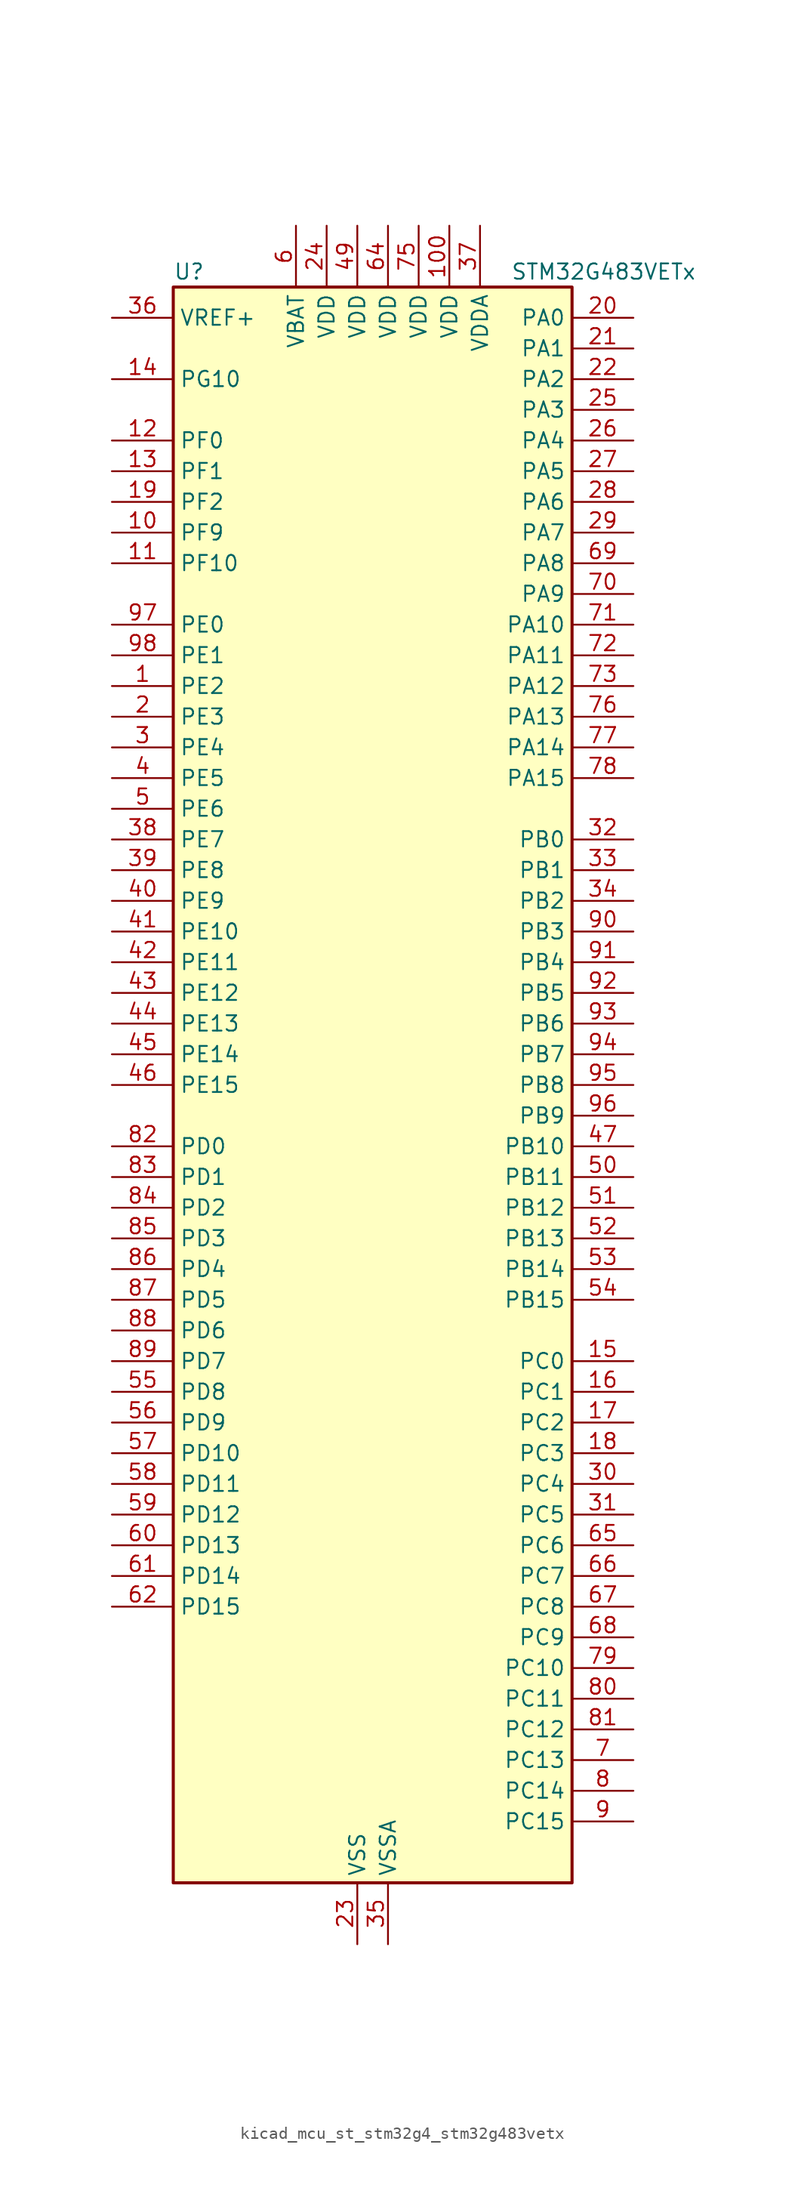
<source format=kicad_sym>
(kicad_symbol_lib
  (version 20220914)
  (generator kicad_symbol_editor)
  (symbol "kicad_mcu_st_stm32g4_stm32g483vetx"
    (property "Reference" "U"
      (at -15.24 67.31 0)
      (effects (font (size 1.27 1.27)) (justify left)))
    (property "Value" "STM32G483VETx"
      (at 12.7 67.31 0)
      (effects (font (size 1.27 1.27)) (justify left)))
    (property "ki_locked" ""
      (at 0 0 0)
      (effects (font (size 1.27 1.27))))
    (symbol "kicad_mcu_st_stm32g4_stm32g483vetx_0_1"
      (rectangle (start -15.24 -66.04) (end 17.78 66.04) (stroke (width 0.254) (type default)) (fill (type background))))
    (symbol "kicad_mcu_st_stm32g4_stm32g483vetx_1_1"
      (pin bidirectional line (at -20.32 33.02 0) (length 5.08) (name "PE2" (effects (font (size 1.27 1.27)))) (number "1" (effects (font (size 1.27 1.27)))) (alternate "ADC3_EXTI2" bidirectional line) (alternate "ADC4_EXTI2" bidirectional line) (alternate "ADC5_EXTI2" bidirectional line) (alternate "FMC_A23" bidirectional line) (alternate "SAI1_CK1" bidirectional line) (alternate "SAI1_MCLK_A" bidirectional line) (alternate "SPI4_SCK" bidirectional line) (alternate "SYS_TRACECLK" bidirectional line) (alternate "TIM20_CH1" bidirectional line) (alternate "TIM3_CH1" bidirectional line))
      (pin bidirectional line (at -20.32 45.72 0) (length 5.08) (name "PF9" (effects (font (size 1.27 1.27)))) (number "10" (effects (font (size 1.27 1.27)))) (alternate "DAC1_EXTI9" bidirectional line) (alternate "DAC2_EXTI9" bidirectional line) (alternate "DAC3_EXTI9" bidirectional line) (alternate "DAC4_EXTI9" bidirectional line) (alternate "FMC_A25" bidirectional line) (alternate "QUADSPI1_BK1_IO1" bidirectional line) (alternate "SAI1_FS_B" bidirectional line) (alternate "SPI2_SCK" bidirectional line) (alternate "TIM15_CH1" bidirectional line) (alternate "TIM20_BKIN" bidirectional line) (alternate "TIM5_CH4" bidirectional line))
      (pin power_in line (at 7.62 71.12 270) (length 5.08) (name "VDD" (effects (font (size 1.27 1.27)))) (number "100" (effects (font (size 1.27 1.27)))))
      (pin bidirectional line (at -20.32 43.18 0) (length 5.08) (name "PF10" (effects (font (size 1.27 1.27)))) (number "11" (effects (font (size 1.27 1.27)))) (alternate "DAC1_EXTI10" bidirectional line) (alternate "DAC2_EXTI10" bidirectional line) (alternate "DAC3_EXTI10" bidirectional line) (alternate "DAC4_EXTI10" bidirectional line) (alternate "FMC_A0" bidirectional line) (alternate "QUADSPI1_CLK" bidirectional line) (alternate "SAI1_D3" bidirectional line) (alternate "SPI2_SCK" bidirectional line) (alternate "TIM15_CH2" bidirectional line) (alternate "TIM20_BKIN2" bidirectional line))
      (pin bidirectional line (at -20.32 53.34 0) (length 5.08) (name "PF0" (effects (font (size 1.27 1.27)))) (number "12" (effects (font (size 1.27 1.27)))) (alternate "ADC1_IN10" bidirectional line) (alternate "I2C2_SDA" bidirectional line) (alternate "I2S2_WS" bidirectional line) (alternate "RCC_OSC_IN" bidirectional line) (alternate "SPI2_NSS" bidirectional line) (alternate "TIM1_CH3N" bidirectional line))
      (pin bidirectional line (at -20.32 50.8 0) (length 5.08) (name "PF1" (effects (font (size 1.27 1.27)))) (number "13" (effects (font (size 1.27 1.27)))) (alternate "ADC2_IN10" bidirectional line) (alternate "COMP3_INM" bidirectional line) (alternate "I2S2_CK" bidirectional line) (alternate "RCC_OSC_OUT" bidirectional line) (alternate "SPI2_SCK" bidirectional line))
      (pin bidirectional line (at -20.32 58.42 0) (length 5.08) (name "PG10" (effects (font (size 1.27 1.27)))) (number "14" (effects (font (size 1.27 1.27)))) (alternate "DAC1_EXTI10" bidirectional line) (alternate "DAC2_EXTI10" bidirectional line) (alternate "DAC3_EXTI10" bidirectional line) (alternate "DAC4_EXTI10" bidirectional line) (alternate "RCC_MCO" bidirectional line))
      (pin bidirectional line (at 22.86 -22.86 180) (length 5.08) (name "PC0" (effects (font (size 1.27 1.27)))) (number "15" (effects (font (size 1.27 1.27)))) (alternate "ADC1_IN6" bidirectional line) (alternate "ADC2_IN6" bidirectional line) (alternate "COMP3_INM" bidirectional line) (alternate "LPTIM1_IN1" bidirectional line) (alternate "LPUART1_RX" bidirectional line) (alternate "TIM1_CH1" bidirectional line))
      (pin bidirectional line (at 22.86 -25.4 180) (length 5.08) (name "PC1" (effects (font (size 1.27 1.27)))) (number "16" (effects (font (size 1.27 1.27)))) (alternate "ADC1_IN7" bidirectional line) (alternate "ADC2_IN7" bidirectional line) (alternate "COMP3_INP" bidirectional line) (alternate "LPTIM1_OUT" bidirectional line) (alternate "LPUART1_TX" bidirectional line) (alternate "QUADSPI1_BK2_IO0" bidirectional line) (alternate "SAI1_SD_A" bidirectional line) (alternate "TIM1_CH2" bidirectional line))
      (pin bidirectional line (at 22.86 -27.94 180) (length 5.08) (name "PC2" (effects (font (size 1.27 1.27)))) (number "17" (effects (font (size 1.27 1.27)))) (alternate "ADC1_IN8" bidirectional line) (alternate "ADC2_IN8" bidirectional line) (alternate "ADC3_EXTI2" bidirectional line) (alternate "ADC4_EXTI2" bidirectional line) (alternate "ADC5_EXTI2" bidirectional line) (alternate "COMP3_OUT" bidirectional line) (alternate "LPTIM1_IN2" bidirectional line) (alternate "QUADSPI1_BK2_IO1" bidirectional line) (alternate "TIM1_CH3" bidirectional line) (alternate "TIM20_CH2" bidirectional line))
      (pin bidirectional line (at 22.86 -30.48 180) (length 5.08) (name "PC3" (effects (font (size 1.27 1.27)))) (number "18" (effects (font (size 1.27 1.27)))) (alternate "ADC1_IN9" bidirectional line) (alternate "ADC2_IN9" bidirectional line) (alternate "ADC3_EXTI3" bidirectional line) (alternate "ADC4_EXTI3" bidirectional line) (alternate "ADC5_EXTI3" bidirectional line) (alternate "LPTIM1_ETR" bidirectional line) (alternate "OPAMP5_VINP" bidirectional line) (alternate "OPAMP5_VINP_SEC" bidirectional line) (alternate "QUADSPI1_BK2_IO2" bidirectional line) (alternate "SAI1_D1" bidirectional line) (alternate "SAI1_SD_A" bidirectional line) (alternate "TIM1_BKIN2" bidirectional line) (alternate "TIM1_CH4" bidirectional line))
      (pin bidirectional line (at -20.32 48.26 0) (length 5.08) (name "PF2" (effects (font (size 1.27 1.27)))) (number "19" (effects (font (size 1.27 1.27)))) (alternate "ADC3_EXTI2" bidirectional line) (alternate "ADC4_EXTI2" bidirectional line) (alternate "ADC5_EXTI2" bidirectional line) (alternate "FMC_A2" bidirectional line) (alternate "I2C2_SMBA" bidirectional line) (alternate "TIM20_CH3" bidirectional line))
      (pin bidirectional line (at -20.32 30.48 0) (length 5.08) (name "PE3" (effects (font (size 1.27 1.27)))) (number "2" (effects (font (size 1.27 1.27)))) (alternate "ADC3_EXTI3" bidirectional line) (alternate "ADC4_EXTI3" bidirectional line) (alternate "ADC5_EXTI3" bidirectional line) (alternate "FMC_A19" bidirectional line) (alternate "SAI1_SD_B" bidirectional line) (alternate "SPI4_NSS" bidirectional line) (alternate "SYS_TRACED0" bidirectional line) (alternate "TIM20_CH2" bidirectional line) (alternate "TIM3_CH2" bidirectional line))
      (pin bidirectional line (at 22.86 63.5 180) (length 5.08) (name "PA0" (effects (font (size 1.27 1.27)))) (number "20" (effects (font (size 1.27 1.27)))) (alternate "ADC1_IN1" bidirectional line) (alternate "ADC2_IN1" bidirectional line) (alternate "COMP1_INM" bidirectional line) (alternate "COMP1_OUT" bidirectional line) (alternate "COMP3_INP" bidirectional line) (alternate "RTC_TAMP2" bidirectional line) (alternate "SYS_WKUP1" bidirectional line) (alternate "TIM2_CH1" bidirectional line) (alternate "TIM2_ETR" bidirectional line) (alternate "TIM5_CH1" bidirectional line) (alternate "TIM8_BKIN" bidirectional line) (alternate "TIM8_ETR" bidirectional line) (alternate "USART2_CTS" bidirectional line) (alternate "USART2_NSS" bidirectional line))
      (pin bidirectional line (at 22.86 60.96 180) (length 5.08) (name "PA1" (effects (font (size 1.27 1.27)))) (number "21" (effects (font (size 1.27 1.27)))) (alternate "ADC1_IN2" bidirectional line) (alternate "ADC2_IN2" bidirectional line) (alternate "COMP1_INP" bidirectional line) (alternate "OPAMP1_VINP" bidirectional line) (alternate "OPAMP1_VINP_SEC" bidirectional line) (alternate "OPAMP3_VINP" bidirectional line) (alternate "OPAMP3_VINP_SEC" bidirectional line) (alternate "OPAMP6_VINM" bidirectional line) (alternate "OPAMP6_VINM0" bidirectional line) (alternate "OPAMP6_VINM_SEC" bidirectional line) (alternate "RTC_REFIN" bidirectional line) (alternate "TIM15_CH1N" bidirectional line) (alternate "TIM2_CH2" bidirectional line) (alternate "TIM5_CH2" bidirectional line) (alternate "USART2_DE" bidirectional line) (alternate "USART2_RTS" bidirectional line))
      (pin bidirectional line (at 22.86 58.42 180) (length 5.08) (name "PA2" (effects (font (size 1.27 1.27)))) (number "22" (effects (font (size 1.27 1.27)))) (alternate "ADC1_IN3" bidirectional line) (alternate "ADC3_EXTI2" bidirectional line) (alternate "ADC4_EXTI2" bidirectional line) (alternate "ADC5_EXTI2" bidirectional line) (alternate "COMP2_INM" bidirectional line) (alternate "COMP2_OUT" bidirectional line) (alternate "LPUART1_TX" bidirectional line) (alternate "OPAMP1_VOUT" bidirectional line) (alternate "QUADSPI1_BK1_NCS" bidirectional line) (alternate "RCC_LSCO" bidirectional line) (alternate "SYS_WKUP4" bidirectional line) (alternate "TIM15_CH1" bidirectional line) (alternate "TIM2_CH3" bidirectional line) (alternate "TIM5_CH3" bidirectional line) (alternate "UCPD1_FRSTX1" bidirectional line) (alternate "UCPD1_FRSTX2" bidirectional line) (alternate "USART2_TX" bidirectional line))
      (pin power_in line (at 0 -71.12 90) (length 5.08) (name "VSS" (effects (font (size 1.27 1.27)))) (number "23" (effects (font (size 1.27 1.27)))))
      (pin power_in line (at -2.54 71.12 270) (length 5.08) (name "VDD" (effects (font (size 1.27 1.27)))) (number "24" (effects (font (size 1.27 1.27)))))
      (pin bidirectional line (at 22.86 55.88 180) (length 5.08) (name "PA3" (effects (font (size 1.27 1.27)))) (number "25" (effects (font (size 1.27 1.27)))) (alternate "ADC1_IN4" bidirectional line) (alternate "ADC3_EXTI3" bidirectional line) (alternate "ADC4_EXTI3" bidirectional line) (alternate "ADC5_EXTI3" bidirectional line) (alternate "COMP2_INP" bidirectional line) (alternate "LPUART1_RX" bidirectional line) (alternate "OPAMP1_VINM" bidirectional line) (alternate "OPAMP1_VINM0" bidirectional line) (alternate "OPAMP1_VINM_SEC" bidirectional line) (alternate "OPAMP1_VINP" bidirectional line) (alternate "OPAMP1_VINP_SEC" bidirectional line) (alternate "OPAMP5_VINM" bidirectional line) (alternate "OPAMP5_VINM1" bidirectional line) (alternate "OPAMP5_VINM_SEC" bidirectional line) (alternate "QUADSPI1_CLK" bidirectional line) (alternate "SAI1_CK1" bidirectional line) (alternate "SAI1_MCLK_A" bidirectional line) (alternate "TIM15_CH2" bidirectional line) (alternate "TIM2_CH4" bidirectional line) (alternate "TIM5_CH4" bidirectional line) (alternate "USART2_RX" bidirectional line))
      (pin bidirectional line (at 22.86 53.34 180) (length 5.08) (name "PA4" (effects (font (size 1.27 1.27)))) (number "26" (effects (font (size 1.27 1.27)))) (alternate "ADC2_IN17" bidirectional line) (alternate "COMP1_INM" bidirectional line) (alternate "DAC1_OUT1" bidirectional line) (alternate "I2S3_WS" bidirectional line) (alternate "SAI1_FS_B" bidirectional line) (alternate "SPI1_NSS" bidirectional line) (alternate "SPI3_NSS" bidirectional line) (alternate "TIM3_CH2" bidirectional line) (alternate "USART2_CK" bidirectional line))
      (pin bidirectional line (at 22.86 50.8 180) (length 5.08) (name "PA5" (effects (font (size 1.27 1.27)))) (number "27" (effects (font (size 1.27 1.27)))) (alternate "ADC2_IN13" bidirectional line) (alternate "COMP2_INM" bidirectional line) (alternate "DAC1_OUT2" bidirectional line) (alternate "OPAMP2_VINM" bidirectional line) (alternate "OPAMP2_VINM0" bidirectional line) (alternate "OPAMP2_VINM_SEC" bidirectional line) (alternate "SPI1_SCK" bidirectional line) (alternate "TIM2_CH1" bidirectional line) (alternate "TIM2_ETR" bidirectional line) (alternate "UCPD1_FRSTX1" bidirectional line) (alternate "UCPD1_FRSTX2" bidirectional line))
      (pin bidirectional line (at 22.86 48.26 180) (length 5.08) (name "PA6" (effects (font (size 1.27 1.27)))) (number "28" (effects (font (size 1.27 1.27)))) (alternate "ADC2_IN3" bidirectional line) (alternate "COMP1_OUT" bidirectional line) (alternate "DAC2_OUT1" bidirectional line) (alternate "LPUART1_CTS" bidirectional line) (alternate "OPAMP2_VOUT" bidirectional line) (alternate "QUADSPI1_BK1_IO3" bidirectional line) (alternate "SPI1_MISO" bidirectional line) (alternate "TIM16_CH1" bidirectional line) (alternate "TIM1_BKIN" bidirectional line) (alternate "TIM3_CH1" bidirectional line) (alternate "TIM8_BKIN" bidirectional line))
      (pin bidirectional line (at 22.86 45.72 180) (length 5.08) (name "PA7" (effects (font (size 1.27 1.27)))) (number "29" (effects (font (size 1.27 1.27)))) (alternate "ADC2_IN4" bidirectional line) (alternate "COMP2_INP" bidirectional line) (alternate "COMP2_OUT" bidirectional line) (alternate "OPAMP1_VINP" bidirectional line) (alternate "OPAMP1_VINP_SEC" bidirectional line) (alternate "OPAMP2_VINP" bidirectional line) (alternate "OPAMP2_VINP_SEC" bidirectional line) (alternate "QUADSPI1_BK1_IO2" bidirectional line) (alternate "SPI1_MOSI" bidirectional line) (alternate "TIM17_CH1" bidirectional line) (alternate "TIM1_CH1N" bidirectional line) (alternate "TIM3_CH2" bidirectional line) (alternate "TIM8_CH1N" bidirectional line) (alternate "UCPD1_FRSTX1" bidirectional line) (alternate "UCPD1_FRSTX2" bidirectional line))
      (pin bidirectional line (at -20.32 27.94 0) (length 5.08) (name "PE4" (effects (font (size 1.27 1.27)))) (number "3" (effects (font (size 1.27 1.27)))) (alternate "FMC_A20" bidirectional line) (alternate "SAI1_D2" bidirectional line) (alternate "SAI1_FS_A" bidirectional line) (alternate "SPI4_NSS" bidirectional line) (alternate "SYS_TRACED1" bidirectional line) (alternate "TIM20_CH1N" bidirectional line) (alternate "TIM3_CH3" bidirectional line))
      (pin bidirectional line (at 22.86 -33.02 180) (length 5.08) (name "PC4" (effects (font (size 1.27 1.27)))) (number "30" (effects (font (size 1.27 1.27)))) (alternate "ADC2_IN5" bidirectional line) (alternate "I2C2_SCL" bidirectional line) (alternate "QUADSPI1_BK2_IO3" bidirectional line) (alternate "TIM1_ETR" bidirectional line) (alternate "USART1_TX" bidirectional line))
      (pin bidirectional line (at 22.86 -35.56 180) (length 5.08) (name "PC5" (effects (font (size 1.27 1.27)))) (number "31" (effects (font (size 1.27 1.27)))) (alternate "ADC2_IN11" bidirectional line) (alternate "OPAMP1_VINM" bidirectional line) (alternate "OPAMP1_VINM1" bidirectional line) (alternate "OPAMP1_VINM_SEC" bidirectional line) (alternate "OPAMP2_VINM" bidirectional line) (alternate "OPAMP2_VINM1" bidirectional line) (alternate "OPAMP2_VINM_SEC" bidirectional line) (alternate "SAI1_D3" bidirectional line) (alternate "SYS_WKUP5" bidirectional line) (alternate "TIM15_BKIN" bidirectional line) (alternate "TIM1_CH4N" bidirectional line) (alternate "USART1_RX" bidirectional line))
      (pin bidirectional line (at 22.86 20.32 180) (length 5.08) (name "PB0" (effects (font (size 1.27 1.27)))) (number "32" (effects (font (size 1.27 1.27)))) (alternate "ADC1_IN15" bidirectional line) (alternate "ADC3_IN12" bidirectional line) (alternate "COMP4_INP" bidirectional line) (alternate "OPAMP2_VINP" bidirectional line) (alternate "OPAMP2_VINP_SEC" bidirectional line) (alternate "OPAMP3_VINP" bidirectional line) (alternate "OPAMP3_VINP_SEC" bidirectional line) (alternate "QUADSPI1_BK1_IO1" bidirectional line) (alternate "TIM1_CH2N" bidirectional line) (alternate "TIM3_CH3" bidirectional line) (alternate "TIM8_CH2N" bidirectional line) (alternate "UCPD1_FRSTX1" bidirectional line) (alternate "UCPD1_FRSTX2" bidirectional line))
      (pin bidirectional line (at 22.86 17.78 180) (length 5.08) (name "PB1" (effects (font (size 1.27 1.27)))) (number "33" (effects (font (size 1.27 1.27)))) (alternate "ADC1_IN12" bidirectional line) (alternate "ADC3_IN1" bidirectional line) (alternate "COMP1_INP" bidirectional line) (alternate "COMP4_OUT" bidirectional line) (alternate "LPUART1_DE" bidirectional line) (alternate "LPUART1_RTS" bidirectional line) (alternate "OPAMP3_VOUT" bidirectional line) (alternate "OPAMP6_VINM" bidirectional line) (alternate "OPAMP6_VINM1" bidirectional line) (alternate "OPAMP6_VINM_SEC" bidirectional line) (alternate "QUADSPI1_BK1_IO0" bidirectional line) (alternate "TIM1_CH3N" bidirectional line) (alternate "TIM3_CH4" bidirectional line) (alternate "TIM8_CH3N" bidirectional line))
      (pin bidirectional line (at 22.86 15.24 180) (length 5.08) (name "PB2" (effects (font (size 1.27 1.27)))) (number "34" (effects (font (size 1.27 1.27)))) (alternate "ADC2_IN12" bidirectional line) (alternate "ADC3_EXTI2" bidirectional line) (alternate "ADC4_EXTI2" bidirectional line) (alternate "ADC5_EXTI2" bidirectional line) (alternate "COMP4_INM" bidirectional line) (alternate "I2C3_SMBA" bidirectional line) (alternate "LPTIM1_OUT" bidirectional line) (alternate "OPAMP3_VINM" bidirectional line) (alternate "OPAMP3_VINM0" bidirectional line) (alternate "OPAMP3_VINM_SEC" bidirectional line) (alternate "QUADSPI1_BK2_IO1" bidirectional line) (alternate "RTC_OUT2" bidirectional line) (alternate "TIM20_CH1" bidirectional line) (alternate "TIM5_CH1" bidirectional line))
      (pin power_in line (at 2.54 -71.12 90) (length 5.08) (name "VSSA" (effects (font (size 1.27 1.27)))) (number "35" (effects (font (size 1.27 1.27)))))
      (pin input line (at -20.32 63.5 0) (length 5.08) (name "VREF+" (effects (font (size 1.27 1.27)))) (number "36" (effects (font (size 1.27 1.27)))) (alternate "VREFBUF_OUT" bidirectional line))
      (pin power_in line (at 10.16 71.12 270) (length 5.08) (name "VDDA" (effects (font (size 1.27 1.27)))) (number "37" (effects (font (size 1.27 1.27)))))
      (pin bidirectional line (at -20.32 20.32 0) (length 5.08) (name "PE7" (effects (font (size 1.27 1.27)))) (number "38" (effects (font (size 1.27 1.27)))) (alternate "ADC3_IN4" bidirectional line) (alternate "COMP4_INP" bidirectional line) (alternate "FMC_D4" bidirectional line) (alternate "FMC_DA4" bidirectional line) (alternate "SAI1_SD_B" bidirectional line) (alternate "TIM1_ETR" bidirectional line))
      (pin bidirectional line (at -20.32 17.78 0) (length 5.08) (name "PE8" (effects (font (size 1.27 1.27)))) (number "39" (effects (font (size 1.27 1.27)))) (alternate "ADC3_IN6" bidirectional line) (alternate "ADC4_IN6" bidirectional line) (alternate "ADC5_IN6" bidirectional line) (alternate "COMP4_INM" bidirectional line) (alternate "FMC_D5" bidirectional line) (alternate "FMC_DA5" bidirectional line) (alternate "SAI1_SCK_B" bidirectional line) (alternate "TIM1_CH1N" bidirectional line) (alternate "TIM5_CH3" bidirectional line))
      (pin bidirectional line (at -20.32 25.4 0) (length 5.08) (name "PE5" (effects (font (size 1.27 1.27)))) (number "4" (effects (font (size 1.27 1.27)))) (alternate "FMC_A21" bidirectional line) (alternate "SAI1_CK2" bidirectional line) (alternate "SAI1_SCK_A" bidirectional line) (alternate "SPI4_MISO" bidirectional line) (alternate "SYS_TRACED2" bidirectional line) (alternate "TIM20_CH2N" bidirectional line) (alternate "TIM3_CH4" bidirectional line))
      (pin bidirectional line (at -20.32 15.24 0) (length 5.08) (name "PE9" (effects (font (size 1.27 1.27)))) (number "40" (effects (font (size 1.27 1.27)))) (alternate "ADC3_IN2" bidirectional line) (alternate "DAC1_EXTI9" bidirectional line) (alternate "DAC2_EXTI9" bidirectional line) (alternate "DAC3_EXTI9" bidirectional line) (alternate "DAC4_EXTI9" bidirectional line) (alternate "FMC_D6" bidirectional line) (alternate "FMC_DA6" bidirectional line) (alternate "SAI1_FS_B" bidirectional line) (alternate "TIM1_CH1" bidirectional line) (alternate "TIM5_CH4" bidirectional line))
      (pin bidirectional line (at -20.32 12.7 0) (length 5.08) (name "PE10" (effects (font (size 1.27 1.27)))) (number "41" (effects (font (size 1.27 1.27)))) (alternate "ADC3_IN14" bidirectional line) (alternate "ADC4_IN14" bidirectional line) (alternate "ADC5_IN14" bidirectional line) (alternate "DAC1_EXTI10" bidirectional line) (alternate "DAC2_EXTI10" bidirectional line) (alternate "DAC3_EXTI10" bidirectional line) (alternate "DAC4_EXTI10" bidirectional line) (alternate "FMC_D7" bidirectional line) (alternate "FMC_DA7" bidirectional line) (alternate "QUADSPI1_CLK" bidirectional line) (alternate "SAI1_MCLK_B" bidirectional line) (alternate "TIM1_CH2N" bidirectional line))
      (pin bidirectional line (at -20.32 10.16 0) (length 5.08) (name "PE11" (effects (font (size 1.27 1.27)))) (number "42" (effects (font (size 1.27 1.27)))) (alternate "ADC1_EXTI11" bidirectional line) (alternate "ADC2_EXTI11" bidirectional line) (alternate "ADC3_IN15" bidirectional line) (alternate "ADC4_IN15" bidirectional line) (alternate "ADC5_IN15" bidirectional line) (alternate "FMC_D8" bidirectional line) (alternate "FMC_DA8" bidirectional line) (alternate "QUADSPI1_BK1_NCS" bidirectional line) (alternate "SPI4_NSS" bidirectional line) (alternate "TIM1_CH2" bidirectional line))
      (pin bidirectional line (at -20.32 7.62 0) (length 5.08) (name "PE12" (effects (font (size 1.27 1.27)))) (number "43" (effects (font (size 1.27 1.27)))) (alternate "ADC3_IN16" bidirectional line) (alternate "ADC4_IN16" bidirectional line) (alternate "ADC5_IN16" bidirectional line) (alternate "FMC_D9" bidirectional line) (alternate "FMC_DA9" bidirectional line) (alternate "QUADSPI1_BK1_IO0" bidirectional line) (alternate "SPI4_SCK" bidirectional line) (alternate "TIM1_CH3N" bidirectional line))
      (pin bidirectional line (at -20.32 5.08 0) (length 5.08) (name "PE13" (effects (font (size 1.27 1.27)))) (number "44" (effects (font (size 1.27 1.27)))) (alternate "ADC3_IN3" bidirectional line) (alternate "FMC_D10" bidirectional line) (alternate "FMC_DA10" bidirectional line) (alternate "QUADSPI1_BK1_IO1" bidirectional line) (alternate "SPI4_MISO" bidirectional line) (alternate "TIM1_CH3" bidirectional line))
      (pin bidirectional line (at -20.32 2.54 0) (length 5.08) (name "PE14" (effects (font (size 1.27 1.27)))) (number "45" (effects (font (size 1.27 1.27)))) (alternate "ADC4_IN1" bidirectional line) (alternate "FMC_D11" bidirectional line) (alternate "FMC_DA11" bidirectional line) (alternate "QUADSPI1_BK1_IO2" bidirectional line) (alternate "SPI4_MOSI" bidirectional line) (alternate "TIM1_BKIN2" bidirectional line) (alternate "TIM1_CH4" bidirectional line))
      (pin bidirectional line (at -20.32 0 0) (length 5.08) (name "PE15" (effects (font (size 1.27 1.27)))) (number "46" (effects (font (size 1.27 1.27)))) (alternate "ADC1_EXTI15" bidirectional line) (alternate "ADC2_EXTI15" bidirectional line) (alternate "ADC4_IN2" bidirectional line) (alternate "FMC_D12" bidirectional line) (alternate "FMC_DA12" bidirectional line) (alternate "QUADSPI1_BK1_IO3" bidirectional line) (alternate "TIM1_BKIN" bidirectional line) (alternate "TIM1_CH4N" bidirectional line) (alternate "USART3_RX" bidirectional line))
      (pin bidirectional line (at 22.86 -5.08 180) (length 5.08) (name "PB10" (effects (font (size 1.27 1.27)))) (number "47" (effects (font (size 1.27 1.27)))) (alternate "COMP5_INM" bidirectional line) (alternate "DAC1_EXTI10" bidirectional line) (alternate "DAC2_EXTI10" bidirectional line) (alternate "DAC3_EXTI10" bidirectional line) (alternate "DAC4_EXTI10" bidirectional line) (alternate "LPUART1_RX" bidirectional line) (alternate "OPAMP3_VINM" bidirectional line) (alternate "OPAMP3_VINM1" bidirectional line) (alternate "OPAMP3_VINM_SEC" bidirectional line) (alternate "OPAMP4_VINM" bidirectional line) (alternate "OPAMP4_VINM0" bidirectional line) (alternate "OPAMP4_VINM_SEC" bidirectional line) (alternate "QUADSPI1_CLK" bidirectional line) (alternate "SAI1_SCK_A" bidirectional line) (alternate "TIM1_BKIN" bidirectional line) (alternate "TIM2_CH3" bidirectional line) (alternate "USART3_TX" bidirectional line))
      (pin passive line (at 0 -71.12 90) (length 5.08) hide (name "VSS" (effects (font (size 1.27 1.27)))) (number "48" (effects (font (size 1.27 1.27)))))
      (pin power_in line (at 0 71.12 270) (length 5.08) (name "VDD" (effects (font (size 1.27 1.27)))) (number "49" (effects (font (size 1.27 1.27)))))
      (pin bidirectional line (at -20.32 22.86 0) (length 5.08) (name "PE6" (effects (font (size 1.27 1.27)))) (number "5" (effects (font (size 1.27 1.27)))) (alternate "FMC_A22" bidirectional line) (alternate "RTC_TAMP3" bidirectional line) (alternate "SAI1_D1" bidirectional line) (alternate "SAI1_SD_A" bidirectional line) (alternate "SPI4_MOSI" bidirectional line) (alternate "SYS_TRACED3" bidirectional line) (alternate "SYS_WKUP3" bidirectional line) (alternate "TIM20_CH3N" bidirectional line))
      (pin bidirectional line (at 22.86 -7.62 180) (length 5.08) (name "PB11" (effects (font (size 1.27 1.27)))) (number "50" (effects (font (size 1.27 1.27)))) (alternate "ADC1_EXTI11" bidirectional line) (alternate "ADC1_IN14" bidirectional line) (alternate "ADC2_EXTI11" bidirectional line) (alternate "ADC2_IN14" bidirectional line) (alternate "COMP6_INP" bidirectional line) (alternate "LPUART1_TX" bidirectional line) (alternate "OPAMP4_VINP" bidirectional line) (alternate "OPAMP4_VINP_SEC" bidirectional line) (alternate "OPAMP6_VOUT" bidirectional line) (alternate "QUADSPI1_BK1_NCS" bidirectional line) (alternate "TIM2_CH4" bidirectional line) (alternate "USART3_RX" bidirectional line))
      (pin bidirectional line (at 22.86 -10.16 180) (length 5.08) (name "PB12" (effects (font (size 1.27 1.27)))) (number "51" (effects (font (size 1.27 1.27)))) (alternate "ADC1_IN11" bidirectional line) (alternate "ADC4_IN3" bidirectional line) (alternate "COMP7_INM" bidirectional line) (alternate "FDCAN2_RX" bidirectional line) (alternate "I2C2_SMBA" bidirectional line) (alternate "I2S2_WS" bidirectional line) (alternate "LPUART1_DE" bidirectional line) (alternate "LPUART1_RTS" bidirectional line) (alternate "OPAMP4_VOUT" bidirectional line) (alternate "OPAMP6_VINP" bidirectional line) (alternate "OPAMP6_VINP_SEC" bidirectional line) (alternate "SPI2_NSS" bidirectional line) (alternate "TIM1_BKIN" bidirectional line) (alternate "TIM5_ETR" bidirectional line) (alternate "USART3_CK" bidirectional line))
      (pin bidirectional line (at 22.86 -12.7 180) (length 5.08) (name "PB13" (effects (font (size 1.27 1.27)))) (number "52" (effects (font (size 1.27 1.27)))) (alternate "ADC3_IN5" bidirectional line) (alternate "COMP5_INP" bidirectional line) (alternate "FDCAN2_TX" bidirectional line) (alternate "I2S2_CK" bidirectional line) (alternate "LPUART1_CTS" bidirectional line) (alternate "OPAMP3_VINP" bidirectional line) (alternate "OPAMP3_VINP_SEC" bidirectional line) (alternate "OPAMP4_VINP" bidirectional line) (alternate "OPAMP4_VINP_SEC" bidirectional line) (alternate "OPAMP6_VINP" bidirectional line) (alternate "OPAMP6_VINP_SEC" bidirectional line) (alternate "SPI2_SCK" bidirectional line) (alternate "TIM1_CH1N" bidirectional line) (alternate "USART3_CTS" bidirectional line) (alternate "USART3_NSS" bidirectional line))
      (pin bidirectional line (at 22.86 -15.24 180) (length 5.08) (name "PB14" (effects (font (size 1.27 1.27)))) (number "53" (effects (font (size 1.27 1.27)))) (alternate "ADC1_IN5" bidirectional line) (alternate "ADC4_IN4" bidirectional line) (alternate "COMP4_OUT" bidirectional line) (alternate "COMP7_INP" bidirectional line) (alternate "OPAMP2_VINP" bidirectional line) (alternate "OPAMP2_VINP_SEC" bidirectional line) (alternate "OPAMP5_VINP" bidirectional line) (alternate "OPAMP5_VINP_SEC" bidirectional line) (alternate "SPI2_MISO" bidirectional line) (alternate "TIM15_CH1" bidirectional line) (alternate "TIM1_CH2N" bidirectional line) (alternate "USART3_DE" bidirectional line) (alternate "USART3_RTS" bidirectional line))
      (pin bidirectional line (at 22.86 -17.78 180) (length 5.08) (name "PB15" (effects (font (size 1.27 1.27)))) (number "54" (effects (font (size 1.27 1.27)))) (alternate "ADC1_EXTI15" bidirectional line) (alternate "ADC2_EXTI15" bidirectional line) (alternate "ADC2_IN15" bidirectional line) (alternate "ADC4_IN5" bidirectional line) (alternate "COMP3_OUT" bidirectional line) (alternate "COMP6_INM" bidirectional line) (alternate "I2S2_SD" bidirectional line) (alternate "OPAMP5_VINM" bidirectional line) (alternate "OPAMP5_VINM0" bidirectional line) (alternate "OPAMP5_VINM_SEC" bidirectional line) (alternate "RTC_REFIN" bidirectional line) (alternate "SPI2_MOSI" bidirectional line) (alternate "TIM15_CH1N" bidirectional line) (alternate "TIM15_CH2" bidirectional line) (alternate "TIM1_CH3N" bidirectional line))
      (pin bidirectional line (at -20.32 -25.4 0) (length 5.08) (name "PD8" (effects (font (size 1.27 1.27)))) (number "55" (effects (font (size 1.27 1.27)))) (alternate "ADC4_IN12" bidirectional line) (alternate "ADC5_IN12" bidirectional line) (alternate "FMC_D13" bidirectional line) (alternate "FMC_DA13" bidirectional line) (alternate "OPAMP4_VINM" bidirectional line) (alternate "OPAMP4_VINM1" bidirectional line) (alternate "OPAMP4_VINM_SEC" bidirectional line) (alternate "USART3_TX" bidirectional line))
      (pin bidirectional line (at -20.32 -27.94 0) (length 5.08) (name "PD9" (effects (font (size 1.27 1.27)))) (number "56" (effects (font (size 1.27 1.27)))) (alternate "ADC4_IN13" bidirectional line) (alternate "ADC5_IN13" bidirectional line) (alternate "DAC1_EXTI9" bidirectional line) (alternate "DAC2_EXTI9" bidirectional line) (alternate "DAC3_EXTI9" bidirectional line) (alternate "DAC4_EXTI9" bidirectional line) (alternate "FMC_D14" bidirectional line) (alternate "FMC_DA14" bidirectional line) (alternate "OPAMP6_VINP" bidirectional line) (alternate "OPAMP6_VINP_SEC" bidirectional line) (alternate "USART3_RX" bidirectional line))
      (pin bidirectional line (at -20.32 -30.48 0) (length 5.08) (name "PD10" (effects (font (size 1.27 1.27)))) (number "57" (effects (font (size 1.27 1.27)))) (alternate "ADC3_IN7" bidirectional line) (alternate "ADC4_IN7" bidirectional line) (alternate "ADC5_IN7" bidirectional line) (alternate "COMP6_INM" bidirectional line) (alternate "DAC1_EXTI10" bidirectional line) (alternate "DAC2_EXTI10" bidirectional line) (alternate "DAC3_EXTI10" bidirectional line) (alternate "DAC4_EXTI10" bidirectional line) (alternate "FMC_D15" bidirectional line) (alternate "FMC_DA15" bidirectional line) (alternate "USART3_CK" bidirectional line))
      (pin bidirectional line (at -20.32 -33.02 0) (length 5.08) (name "PD11" (effects (font (size 1.27 1.27)))) (number "58" (effects (font (size 1.27 1.27)))) (alternate "ADC1_EXTI11" bidirectional line) (alternate "ADC2_EXTI11" bidirectional line) (alternate "ADC3_IN8" bidirectional line) (alternate "ADC4_IN8" bidirectional line) (alternate "ADC5_IN8" bidirectional line) (alternate "COMP6_INP" bidirectional line) (alternate "FMC_A16" bidirectional line) (alternate "FMC_CLE" bidirectional line) (alternate "I2C4_SMBA" bidirectional line) (alternate "OPAMP4_VINP" bidirectional line) (alternate "OPAMP4_VINP_SEC" bidirectional line) (alternate "TIM5_ETR" bidirectional line) (alternate "USART3_CTS" bidirectional line) (alternate "USART3_NSS" bidirectional line))
      (pin bidirectional line (at -20.32 -35.56 0) (length 5.08) (name "PD12" (effects (font (size 1.27 1.27)))) (number "59" (effects (font (size 1.27 1.27)))) (alternate "ADC3_IN9" bidirectional line) (alternate "ADC4_IN9" bidirectional line) (alternate "ADC5_IN9" bidirectional line) (alternate "COMP5_INP" bidirectional line) (alternate "FMC_A17" bidirectional line) (alternate "FMC_ALE" bidirectional line) (alternate "OPAMP5_VINP" bidirectional line) (alternate "OPAMP5_VINP_SEC" bidirectional line) (alternate "TIM4_CH1" bidirectional line) (alternate "USART3_DE" bidirectional line) (alternate "USART3_RTS" bidirectional line))
      (pin power_in line (at -5.08 71.12 270) (length 5.08) (name "VBAT" (effects (font (size 1.27 1.27)))) (number "6" (effects (font (size 1.27 1.27)))))
      (pin bidirectional line (at -20.32 -38.1 0) (length 5.08) (name "PD13" (effects (font (size 1.27 1.27)))) (number "60" (effects (font (size 1.27 1.27)))) (alternate "ADC3_IN10" bidirectional line) (alternate "ADC4_IN10" bidirectional line) (alternate "ADC5_IN10" bidirectional line) (alternate "COMP5_INM" bidirectional line) (alternate "FMC_A18" bidirectional line) (alternate "TIM4_CH2" bidirectional line))
      (pin bidirectional line (at -20.32 -40.64 0) (length 5.08) (name "PD14" (effects (font (size 1.27 1.27)))) (number "61" (effects (font (size 1.27 1.27)))) (alternate "ADC3_IN11" bidirectional line) (alternate "ADC4_IN11" bidirectional line) (alternate "ADC5_IN11" bidirectional line) (alternate "COMP7_INP" bidirectional line) (alternate "FMC_D0" bidirectional line) (alternate "FMC_DA0" bidirectional line) (alternate "OPAMP2_VINP" bidirectional line) (alternate "OPAMP2_VINP_SEC" bidirectional line) (alternate "TIM4_CH3" bidirectional line))
      (pin bidirectional line (at -20.32 -43.18 0) (length 5.08) (name "PD15" (effects (font (size 1.27 1.27)))) (number "62" (effects (font (size 1.27 1.27)))) (alternate "ADC1_EXTI15" bidirectional line) (alternate "ADC2_EXTI15" bidirectional line) (alternate "COMP7_INM" bidirectional line) (alternate "FMC_D1" bidirectional line) (alternate "FMC_DA1" bidirectional line) (alternate "SPI2_NSS" bidirectional line) (alternate "TIM4_CH4" bidirectional line))
      (pin passive line (at 0 -71.12 90) (length 5.08) hide (name "VSS" (effects (font (size 1.27 1.27)))) (number "63" (effects (font (size 1.27 1.27)))))
      (pin power_in line (at 2.54 71.12 270) (length 5.08) (name "VDD" (effects (font (size 1.27 1.27)))) (number "64" (effects (font (size 1.27 1.27)))))
      (pin bidirectional line (at 22.86 -38.1 180) (length 5.08) (name "PC6" (effects (font (size 1.27 1.27)))) (number "65" (effects (font (size 1.27 1.27)))) (alternate "COMP6_OUT" bidirectional line) (alternate "I2C4_SCL" bidirectional line) (alternate "I2S2_MCK" bidirectional line) (alternate "TIM3_CH1" bidirectional line) (alternate "TIM8_CH1" bidirectional line))
      (pin bidirectional line (at 22.86 -40.64 180) (length 5.08) (name "PC7" (effects (font (size 1.27 1.27)))) (number "66" (effects (font (size 1.27 1.27)))) (alternate "COMP5_OUT" bidirectional line) (alternate "I2C4_SDA" bidirectional line) (alternate "I2S3_MCK" bidirectional line) (alternate "TIM3_CH2" bidirectional line) (alternate "TIM8_CH2" bidirectional line))
      (pin bidirectional line (at 22.86 -43.18 180) (length 5.08) (name "PC8" (effects (font (size 1.27 1.27)))) (number "67" (effects (font (size 1.27 1.27)))) (alternate "COMP7_OUT" bidirectional line) (alternate "I2C3_SCL" bidirectional line) (alternate "TIM20_CH3" bidirectional line) (alternate "TIM3_CH3" bidirectional line) (alternate "TIM8_CH3" bidirectional line))
      (pin bidirectional line (at 22.86 -45.72 180) (length 5.08) (name "PC9" (effects (font (size 1.27 1.27)))) (number "68" (effects (font (size 1.27 1.27)))) (alternate "DAC1_EXTI9" bidirectional line) (alternate "DAC2_EXTI9" bidirectional line) (alternate "DAC3_EXTI9" bidirectional line) (alternate "DAC4_EXTI9" bidirectional line) (alternate "I2C3_SDA" bidirectional line) (alternate "I2S_CKIN" bidirectional line) (alternate "TIM3_CH4" bidirectional line) (alternate "TIM8_BKIN2" bidirectional line) (alternate "TIM8_CH4" bidirectional line))
      (pin bidirectional line (at 22.86 43.18 180) (length 5.08) (name "PA8" (effects (font (size 1.27 1.27)))) (number "69" (effects (font (size 1.27 1.27)))) (alternate "ADC5_IN1" bidirectional line) (alternate "COMP7_OUT" bidirectional line) (alternate "FDCAN3_RX" bidirectional line) (alternate "I2C2_SDA" bidirectional line) (alternate "I2C3_SCL" bidirectional line) (alternate "I2S2_MCK" bidirectional line) (alternate "OPAMP5_VOUT" bidirectional line) (alternate "RCC_MCO" bidirectional line) (alternate "SAI1_CK2" bidirectional line) (alternate "SAI1_SCK_A" bidirectional line) (alternate "TIM1_CH1" bidirectional line) (alternate "TIM4_ETR" bidirectional line) (alternate "USART1_CK" bidirectional line))
      (pin bidirectional line (at 22.86 -55.88 180) (length 5.08) (name "PC13" (effects (font (size 1.27 1.27)))) (number "7" (effects (font (size 1.27 1.27)))) (alternate "RTC_OUT1" bidirectional line) (alternate "RTC_TAMP1" bidirectional line) (alternate "RTC_TS" bidirectional line) (alternate "SYS_WKUP2" bidirectional line) (alternate "TIM1_BKIN" bidirectional line) (alternate "TIM1_CH1N" bidirectional line) (alternate "TIM8_CH4N" bidirectional line))
      (pin bidirectional line (at 22.86 40.64 180) (length 5.08) (name "PA9" (effects (font (size 1.27 1.27)))) (number "70" (effects (font (size 1.27 1.27)))) (alternate "ADC5_IN2" bidirectional line) (alternate "COMP5_OUT" bidirectional line) (alternate "DAC1_EXTI9" bidirectional line) (alternate "DAC2_EXTI9" bidirectional line) (alternate "DAC3_EXTI9" bidirectional line) (alternate "DAC4_EXTI9" bidirectional line) (alternate "I2C2_SCL" bidirectional line) (alternate "I2C3_SMBA" bidirectional line) (alternate "I2S3_MCK" bidirectional line) (alternate "SAI1_FS_A" bidirectional line) (alternate "TIM15_BKIN" bidirectional line) (alternate "TIM1_CH2" bidirectional line) (alternate "TIM2_CH3" bidirectional line) (alternate "UCPD1_DBCC1" bidirectional line) (alternate "USART1_TX" bidirectional line))
      (pin bidirectional line (at 22.86 38.1 180) (length 5.08) (name "PA10" (effects (font (size 1.27 1.27)))) (number "71" (effects (font (size 1.27 1.27)))) (alternate "COMP6_OUT" bidirectional line) (alternate "CRS_SYNC" bidirectional line) (alternate "DAC1_EXTI10" bidirectional line) (alternate "DAC2_EXTI10" bidirectional line) (alternate "DAC3_EXTI10" bidirectional line) (alternate "DAC4_EXTI10" bidirectional line) (alternate "I2C2_SMBA" bidirectional line) (alternate "SAI1_D1" bidirectional line) (alternate "SAI1_SD_A" bidirectional line) (alternate "SPI2_MISO" bidirectional line) (alternate "TIM17_BKIN" bidirectional line) (alternate "TIM1_CH3" bidirectional line) (alternate "TIM2_CH4" bidirectional line) (alternate "TIM8_BKIN" bidirectional line) (alternate "UCPD1_DBCC2" bidirectional line) (alternate "USART1_RX" bidirectional line))
      (pin bidirectional line (at 22.86 35.56 180) (length 5.08) (name "PA11" (effects (font (size 1.27 1.27)))) (number "72" (effects (font (size 1.27 1.27)))) (alternate "ADC1_EXTI11" bidirectional line) (alternate "ADC2_EXTI11" bidirectional line) (alternate "COMP1_OUT" bidirectional line) (alternate "FDCAN1_RX" bidirectional line) (alternate "I2S2_SD" bidirectional line) (alternate "SPI2_MOSI" bidirectional line) (alternate "TIM1_BKIN2" bidirectional line) (alternate "TIM1_CH1N" bidirectional line) (alternate "TIM1_CH4" bidirectional line) (alternate "TIM4_CH1" bidirectional line) (alternate "USART1_CTS" bidirectional line) (alternate "USART1_NSS" bidirectional line) (alternate "USB_DM" bidirectional line))
      (pin bidirectional line (at 22.86 33.02 180) (length 5.08) (name "PA12" (effects (font (size 1.27 1.27)))) (number "73" (effects (font (size 1.27 1.27)))) (alternate "COMP2_OUT" bidirectional line) (alternate "FDCAN1_TX" bidirectional line) (alternate "I2S_CKIN" bidirectional line) (alternate "TIM16_CH1" bidirectional line) (alternate "TIM1_CH2N" bidirectional line) (alternate "TIM1_ETR" bidirectional line) (alternate "TIM4_CH2" bidirectional line) (alternate "USART1_DE" bidirectional line) (alternate "USART1_RTS" bidirectional line) (alternate "USB_DP" bidirectional line))
      (pin passive line (at 0 -71.12 90) (length 5.08) hide (name "VSS" (effects (font (size 1.27 1.27)))) (number "74" (effects (font (size 1.27 1.27)))))
      (pin power_in line (at 5.08 71.12 270) (length 5.08) (name "VDD" (effects (font (size 1.27 1.27)))) (number "75" (effects (font (size 1.27 1.27)))))
      (pin bidirectional line (at 22.86 30.48 180) (length 5.08) (name "PA13" (effects (font (size 1.27 1.27)))) (number "76" (effects (font (size 1.27 1.27)))) (alternate "I2C1_SCL" bidirectional line) (alternate "I2C4_SCL" bidirectional line) (alternate "IR_OUT" bidirectional line) (alternate "SAI1_SD_B" bidirectional line) (alternate "SYS_JTMS-SWDIO" bidirectional line) (alternate "TIM16_CH1N" bidirectional line) (alternate "TIM4_CH3" bidirectional line) (alternate "USART3_CTS" bidirectional line) (alternate "USART3_NSS" bidirectional line))
      (pin bidirectional line (at 22.86 27.94 180) (length 5.08) (name "PA14" (effects (font (size 1.27 1.27)))) (number "77" (effects (font (size 1.27 1.27)))) (alternate "I2C1_SDA" bidirectional line) (alternate "I2C4_SMBA" bidirectional line) (alternate "LPTIM1_OUT" bidirectional line) (alternate "SAI1_FS_B" bidirectional line) (alternate "SYS_JTCK-SWCLK" bidirectional line) (alternate "TIM1_BKIN" bidirectional line) (alternate "TIM8_CH2" bidirectional line) (alternate "USART2_TX" bidirectional line))
      (pin bidirectional line (at 22.86 25.4 180) (length 5.08) (name "PA15" (effects (font (size 1.27 1.27)))) (number "78" (effects (font (size 1.27 1.27)))) (alternate "ADC1_EXTI15" bidirectional line) (alternate "ADC2_EXTI15" bidirectional line) (alternate "FDCAN3_TX" bidirectional line) (alternate "I2C1_SCL" bidirectional line) (alternate "I2S3_WS" bidirectional line) (alternate "SPI1_NSS" bidirectional line) (alternate "SPI3_NSS" bidirectional line) (alternate "SYS_JTDI" bidirectional line) (alternate "TIM1_BKIN" bidirectional line) (alternate "TIM2_CH1" bidirectional line) (alternate "TIM2_ETR" bidirectional line) (alternate "TIM8_CH1" bidirectional line) (alternate "UART4_DE" bidirectional line) (alternate "UART4_RTS" bidirectional line) (alternate "USART2_RX" bidirectional line))
      (pin bidirectional line (at 22.86 -48.26 180) (length 5.08) (name "PC10" (effects (font (size 1.27 1.27)))) (number "79" (effects (font (size 1.27 1.27)))) (alternate "DAC1_EXTI10" bidirectional line) (alternate "DAC2_EXTI10" bidirectional line) (alternate "DAC3_EXTI10" bidirectional line) (alternate "DAC4_EXTI10" bidirectional line) (alternate "I2S3_CK" bidirectional line) (alternate "SPI3_SCK" bidirectional line) (alternate "TIM8_CH1N" bidirectional line) (alternate "UART4_TX" bidirectional line) (alternate "USART3_TX" bidirectional line))
      (pin bidirectional line (at 22.86 -58.42 180) (length 5.08) (name "PC14" (effects (font (size 1.27 1.27)))) (number "8" (effects (font (size 1.27 1.27)))) (alternate "RCC_OSC32_IN" bidirectional line))
      (pin bidirectional line (at 22.86 -50.8 180) (length 5.08) (name "PC11" (effects (font (size 1.27 1.27)))) (number "80" (effects (font (size 1.27 1.27)))) (alternate "ADC1_EXTI11" bidirectional line) (alternate "ADC2_EXTI11" bidirectional line) (alternate "I2C3_SDA" bidirectional line) (alternate "SPI3_MISO" bidirectional line) (alternate "TIM8_CH2N" bidirectional line) (alternate "UART4_RX" bidirectional line) (alternate "USART3_RX" bidirectional line))
      (pin bidirectional line (at 22.86 -53.34 180) (length 5.08) (name "PC12" (effects (font (size 1.27 1.27)))) (number "81" (effects (font (size 1.27 1.27)))) (alternate "I2S3_SD" bidirectional line) (alternate "SPI3_MOSI" bidirectional line) (alternate "TIM5_CH2" bidirectional line) (alternate "TIM8_CH3N" bidirectional line) (alternate "UART5_TX" bidirectional line) (alternate "UCPD1_FRSTX1" bidirectional line) (alternate "UCPD1_FRSTX2" bidirectional line) (alternate "USART3_CK" bidirectional line))
      (pin bidirectional line (at -20.32 -5.08 0) (length 5.08) (name "PD0" (effects (font (size 1.27 1.27)))) (number "82" (effects (font (size 1.27 1.27)))) (alternate "FDCAN1_RX" bidirectional line) (alternate "FMC_D2" bidirectional line) (alternate "FMC_DA2" bidirectional line) (alternate "TIM8_CH4N" bidirectional line))
      (pin bidirectional line (at -20.32 -7.62 0) (length 5.08) (name "PD1" (effects (font (size 1.27 1.27)))) (number "83" (effects (font (size 1.27 1.27)))) (alternate "FDCAN1_TX" bidirectional line) (alternate "FMC_D3" bidirectional line) (alternate "FMC_DA3" bidirectional line) (alternate "TIM8_BKIN2" bidirectional line) (alternate "TIM8_CH4" bidirectional line))
      (pin bidirectional line (at -20.32 -10.16 0) (length 5.08) (name "PD2" (effects (font (size 1.27 1.27)))) (number "84" (effects (font (size 1.27 1.27)))) (alternate "ADC3_EXTI2" bidirectional line) (alternate "ADC4_EXTI2" bidirectional line) (alternate "ADC5_EXTI2" bidirectional line) (alternate "TIM3_ETR" bidirectional line) (alternate "TIM8_BKIN" bidirectional line) (alternate "UART5_RX" bidirectional line))
      (pin bidirectional line (at -20.32 -12.7 0) (length 5.08) (name "PD3" (effects (font (size 1.27 1.27)))) (number "85" (effects (font (size 1.27 1.27)))) (alternate "ADC3_EXTI3" bidirectional line) (alternate "ADC4_EXTI3" bidirectional line) (alternate "ADC5_EXTI3" bidirectional line) (alternate "FMC_CLK" bidirectional line) (alternate "QUADSPI1_BK2_NCS" bidirectional line) (alternate "TIM2_CH1" bidirectional line) (alternate "TIM2_ETR" bidirectional line) (alternate "USART2_CTS" bidirectional line) (alternate "USART2_NSS" bidirectional line))
      (pin bidirectional line (at -20.32 -15.24 0) (length 5.08) (name "PD4" (effects (font (size 1.27 1.27)))) (number "86" (effects (font (size 1.27 1.27)))) (alternate "FMC_NOE" bidirectional line) (alternate "QUADSPI1_BK2_IO0" bidirectional line) (alternate "TIM2_CH2" bidirectional line) (alternate "USART2_DE" bidirectional line) (alternate "USART2_RTS" bidirectional line))
      (pin bidirectional line (at -20.32 -17.78 0) (length 5.08) (name "PD5" (effects (font (size 1.27 1.27)))) (number "87" (effects (font (size 1.27 1.27)))) (alternate "FMC_NWE" bidirectional line) (alternate "QUADSPI1_BK2_IO1" bidirectional line) (alternate "USART2_TX" bidirectional line))
      (pin bidirectional line (at -20.32 -20.32 0) (length 5.08) (name "PD6" (effects (font (size 1.27 1.27)))) (number "88" (effects (font (size 1.27 1.27)))) (alternate "FMC_NWAIT" bidirectional line) (alternate "QUADSPI1_BK2_IO2" bidirectional line) (alternate "SAI1_D1" bidirectional line) (alternate "SAI1_SD_A" bidirectional line) (alternate "TIM2_CH4" bidirectional line) (alternate "USART2_RX" bidirectional line))
      (pin bidirectional line (at -20.32 -22.86 0) (length 5.08) (name "PD7" (effects (font (size 1.27 1.27)))) (number "89" (effects (font (size 1.27 1.27)))) (alternate "FMC_NCE" bidirectional line) (alternate "FMC_NE1" bidirectional line) (alternate "QUADSPI1_BK2_IO3" bidirectional line) (alternate "TIM2_CH3" bidirectional line) (alternate "USART2_CK" bidirectional line))
      (pin bidirectional line (at 22.86 -60.96 180) (length 5.08) (name "PC15" (effects (font (size 1.27 1.27)))) (number "9" (effects (font (size 1.27 1.27)))) (alternate "ADC1_EXTI15" bidirectional line) (alternate "ADC2_EXTI15" bidirectional line) (alternate "RCC_OSC32_OUT" bidirectional line))
      (pin bidirectional line (at 22.86 12.7 180) (length 5.08) (name "PB3" (effects (font (size 1.27 1.27)))) (number "90" (effects (font (size 1.27 1.27)))) (alternate "ADC3_EXTI3" bidirectional line) (alternate "ADC4_EXTI3" bidirectional line) (alternate "ADC5_EXTI3" bidirectional line) (alternate "CRS_SYNC" bidirectional line) (alternate "FDCAN3_RX" bidirectional line) (alternate "I2S3_CK" bidirectional line) (alternate "SAI1_SCK_B" bidirectional line) (alternate "SPI1_SCK" bidirectional line) (alternate "SPI3_SCK" bidirectional line) (alternate "SYS_JTDO-SWO" bidirectional line) (alternate "TIM2_CH2" bidirectional line) (alternate "TIM3_ETR" bidirectional line) (alternate "TIM4_ETR" bidirectional line) (alternate "TIM8_CH1N" bidirectional line) (alternate "USART2_TX" bidirectional line))
      (pin bidirectional line (at 22.86 10.16 180) (length 5.08) (name "PB4" (effects (font (size 1.27 1.27)))) (number "91" (effects (font (size 1.27 1.27)))) (alternate "FDCAN3_TX" bidirectional line) (alternate "SAI1_MCLK_B" bidirectional line) (alternate "SPI1_MISO" bidirectional line) (alternate "SPI3_MISO" bidirectional line) (alternate "SYS_JTRST" bidirectional line) (alternate "TIM16_CH1" bidirectional line) (alternate "TIM17_BKIN" bidirectional line) (alternate "TIM3_CH1" bidirectional line) (alternate "TIM8_CH2N" bidirectional line) (alternate "UART5_DE" bidirectional line) (alternate "UART5_RTS" bidirectional line) (alternate "UCPD1_CC2" bidirectional line) (alternate "USART2_RX" bidirectional line))
      (pin bidirectional line (at 22.86 7.62 180) (length 5.08) (name "PB5" (effects (font (size 1.27 1.27)))) (number "92" (effects (font (size 1.27 1.27)))) (alternate "FDCAN2_RX" bidirectional line) (alternate "I2C1_SMBA" bidirectional line) (alternate "I2C3_SDA" bidirectional line) (alternate "I2S3_SD" bidirectional line) (alternate "LPTIM1_IN1" bidirectional line) (alternate "SAI1_SD_B" bidirectional line) (alternate "SPI1_MOSI" bidirectional line) (alternate "SPI3_MOSI" bidirectional line) (alternate "TIM16_BKIN" bidirectional line) (alternate "TIM17_CH1" bidirectional line) (alternate "TIM3_CH2" bidirectional line) (alternate "TIM8_CH3N" bidirectional line) (alternate "UART5_CTS" bidirectional line) (alternate "USART2_CK" bidirectional line))
      (pin bidirectional line (at 22.86 5.08 180) (length 5.08) (name "PB6" (effects (font (size 1.27 1.27)))) (number "93" (effects (font (size 1.27 1.27)))) (alternate "COMP4_OUT" bidirectional line) (alternate "FDCAN2_TX" bidirectional line) (alternate "LPTIM1_ETR" bidirectional line) (alternate "SAI1_FS_B" bidirectional line) (alternate "TIM16_CH1N" bidirectional line) (alternate "TIM4_CH1" bidirectional line) (alternate "TIM8_BKIN2" bidirectional line) (alternate "TIM8_CH1" bidirectional line) (alternate "TIM8_ETR" bidirectional line) (alternate "UCPD1_CC1" bidirectional line) (alternate "USART1_TX" bidirectional line))
      (pin bidirectional line (at 22.86 2.54 180) (length 5.08) (name "PB7" (effects (font (size 1.27 1.27)))) (number "94" (effects (font (size 1.27 1.27)))) (alternate "COMP3_OUT" bidirectional line) (alternate "FMC_NL" bidirectional line) (alternate "I2C1_SDA" bidirectional line) (alternate "I2C4_SDA" bidirectional line) (alternate "LPTIM1_IN2" bidirectional line) (alternate "SYS_PVD_IN" bidirectional line) (alternate "TIM17_CH1N" bidirectional line) (alternate "TIM3_CH4" bidirectional line) (alternate "TIM4_CH2" bidirectional line) (alternate "TIM8_BKIN" bidirectional line) (alternate "UART4_CTS" bidirectional line) (alternate "USART1_RX" bidirectional line))
      (pin bidirectional line (at 22.86 0 180) (length 5.08) (name "PB8" (effects (font (size 1.27 1.27)))) (number "95" (effects (font (size 1.27 1.27)))) (alternate "COMP1_OUT" bidirectional line) (alternate "FDCAN1_RX" bidirectional line) (alternate "I2C1_SCL" bidirectional line) (alternate "SAI1_CK1" bidirectional line) (alternate "SAI1_MCLK_A" bidirectional line) (alternate "TIM16_CH1" bidirectional line) (alternate "TIM1_BKIN" bidirectional line) (alternate "TIM4_CH3" bidirectional line) (alternate "TIM8_CH2" bidirectional line) (alternate "USART3_RX" bidirectional line))
      (pin bidirectional line (at 22.86 -2.54 180) (length 5.08) (name "PB9" (effects (font (size 1.27 1.27)))) (number "96" (effects (font (size 1.27 1.27)))) (alternate "COMP2_OUT" bidirectional line) (alternate "DAC1_EXTI9" bidirectional line) (alternate "DAC2_EXTI9" bidirectional line) (alternate "DAC3_EXTI9" bidirectional line) (alternate "DAC4_EXTI9" bidirectional line) (alternate "FDCAN1_TX" bidirectional line) (alternate "I2C1_SDA" bidirectional line) (alternate "IR_OUT" bidirectional line) (alternate "SAI1_D2" bidirectional line) (alternate "SAI1_FS_A" bidirectional line) (alternate "TIM17_CH1" bidirectional line) (alternate "TIM1_CH3N" bidirectional line) (alternate "TIM4_CH4" bidirectional line) (alternate "TIM8_CH3" bidirectional line) (alternate "USART3_TX" bidirectional line))
      (pin bidirectional line (at -20.32 38.1 0) (length 5.08) (name "PE0" (effects (font (size 1.27 1.27)))) (number "97" (effects (font (size 1.27 1.27)))) (alternate "FMC_NBL0" bidirectional line) (alternate "TIM16_CH1" bidirectional line) (alternate "TIM20_CH4N" bidirectional line) (alternate "TIM20_ETR" bidirectional line) (alternate "TIM4_ETR" bidirectional line) (alternate "USART1_TX" bidirectional line))
      (pin bidirectional line (at -20.32 35.56 0) (length 5.08) (name "PE1" (effects (font (size 1.27 1.27)))) (number "98" (effects (font (size 1.27 1.27)))) (alternate "FMC_NBL1" bidirectional line) (alternate "TIM17_CH1" bidirectional line) (alternate "TIM20_CH4" bidirectional line) (alternate "USART1_RX" bidirectional line))
      (pin passive line (at 0 -71.12 90) (length 5.08) hide (name "VSS" (effects (font (size 1.27 1.27)))) (number "99" (effects (font (size 1.27 1.27))))))))
</source>
